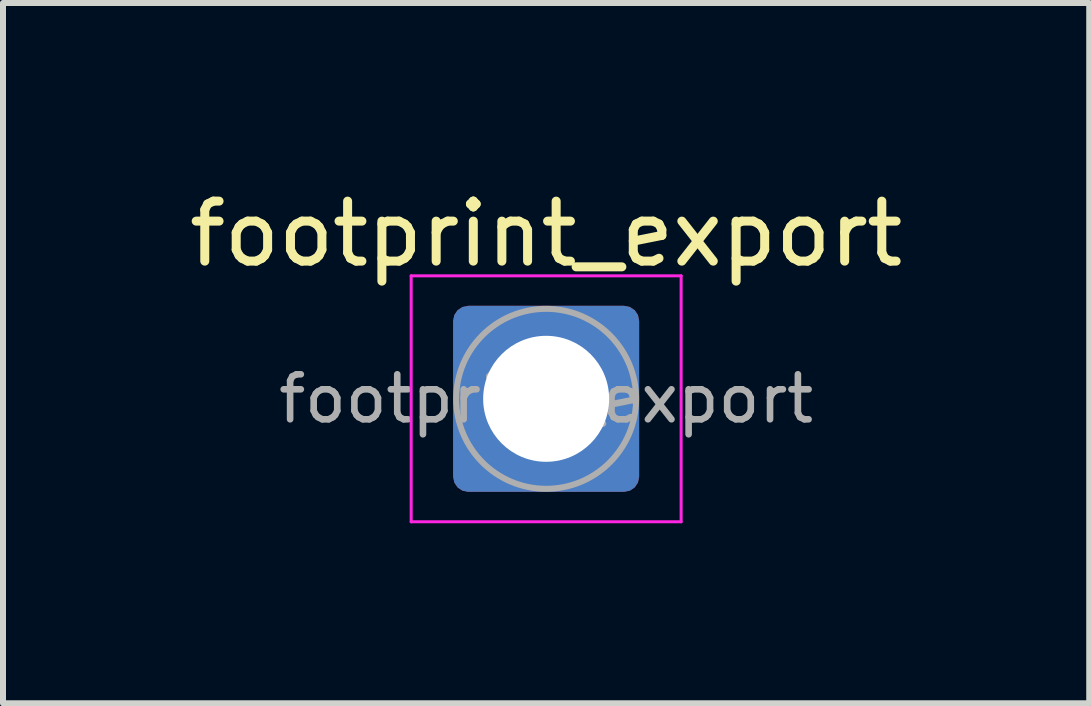
<source format=kicad_pcb>
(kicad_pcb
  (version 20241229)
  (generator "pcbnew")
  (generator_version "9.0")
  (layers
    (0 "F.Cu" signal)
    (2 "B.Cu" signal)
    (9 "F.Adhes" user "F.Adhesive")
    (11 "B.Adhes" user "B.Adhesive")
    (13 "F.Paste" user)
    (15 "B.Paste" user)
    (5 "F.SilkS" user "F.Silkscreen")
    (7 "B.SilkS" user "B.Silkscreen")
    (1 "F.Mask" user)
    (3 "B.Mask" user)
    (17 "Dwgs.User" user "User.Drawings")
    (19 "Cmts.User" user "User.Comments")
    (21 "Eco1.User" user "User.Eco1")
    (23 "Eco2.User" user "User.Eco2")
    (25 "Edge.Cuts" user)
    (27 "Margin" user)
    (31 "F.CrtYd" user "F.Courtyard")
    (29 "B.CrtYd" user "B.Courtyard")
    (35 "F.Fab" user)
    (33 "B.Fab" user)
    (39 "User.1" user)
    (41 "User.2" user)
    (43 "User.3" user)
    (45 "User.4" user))
  (footprint "footprint_export"
    (layer "F.Cu")
    (at 6.054 3.598)
    (property "Reference" "footprint_export" (at 0 -2.75 0) (layer "F.SilkS") (effects (font (size 1 1) (thickness 0.15))))
    (attr exclude_from_pos_files exclude_from_bom)
    (fp_line (start -2.25 -2.05) (end -2.25 2.05) (stroke (width 0.05) (type solid)) (layer "F.CrtYd"))
    (fp_line (start -2.25 2.05) (end 2.25 2.05) (stroke (width 0.05) (type solid)) (layer "F.CrtYd"))
    (fp_line (start 2.25 -2.05) (end -2.25 -2.05) (stroke (width 0.05) (type solid)) (layer "F.CrtYd"))
    (fp_line (start 2.25 2.05) (end 2.25 -2.05) (stroke (width 0.05) (type solid)) (layer "F.CrtYd"))
    (fp_circle (center 0 0) (end 1.5 0) (stroke (width 0.1) (type solid)) (fill no) (layer "F.Fab"))
    (fp_text user "${REFERENCE}" (at 0 0 0) (layer "F.Fab") (effects (font (size 0.75 0.75) (thickness 0.11))))
    (pad "1" thru_hole roundrect (at 0 0) (size 3.1 3.1) (drill 2.1) (layers "*.Cu" "*.Mask") (roundrect_rratio 0.081)))
  (gr_rect
    (start -3 -3)
    (end 15.107 8.673)
    (stroke (width 0.1) (type default))
    (fill no)
    (layer "Edge.Cuts")))
</source>
